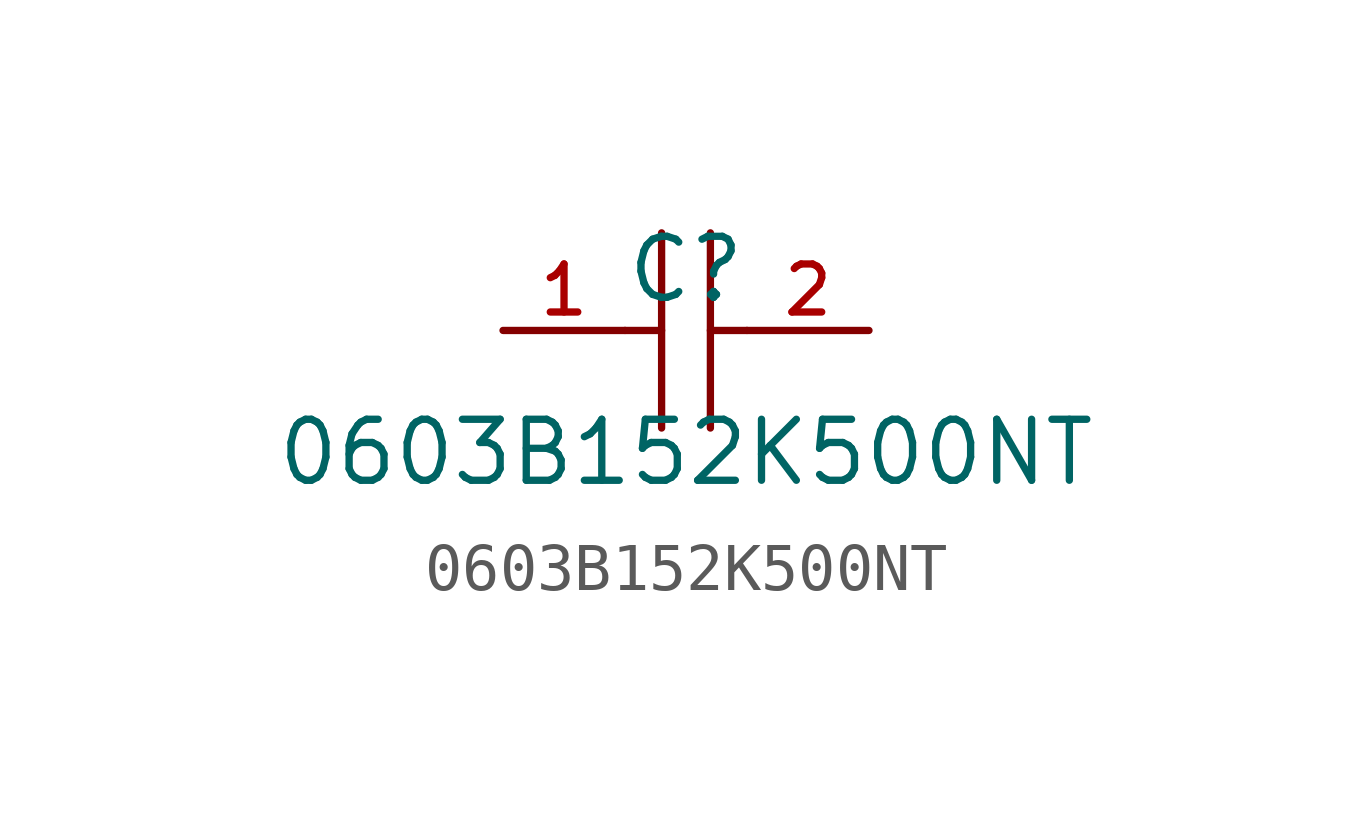
<source format=kicad_sym>
(kicad_symbol_lib
  (version 20210201)
  (generator TousstNicolas/JLC2KiCad_lib)
  (symbol "0603B152K500NT"
    (pin_names hide)
    (property "Reference" "C"
      (at 0 1.27 0)
      (effects (font (size 1.27 1.27))))
    (property "Value" "0603B152K500NT"
      (at 0 -2.54 0)
      (effects (font (size 1.27 1.27))))
    (symbol "0603B152K500NT_0_1"
      (polyline (pts (xy -0.508 2.032) (xy -0.508 -2.032)) (stroke (width 0) (type default) (color 0 0 0 0)) (fill (type none)))
      (polyline (pts (xy 0.508 2.032) (xy 0.508 -2.032)) (stroke (width 0) (type default) (color 0 0 0 0)) (fill (type none)))
      (pin input line (at -3.81 -0.0 0) (length 2.54) (name "1" (effects (font (size 1 1)))) (number "1" (effects (font (size 1 1)))))
      (pin input line (at 3.81 -0.0 180) (length 2.54) (name "2" (effects (font (size 1 1)))) (number "2" (effects (font (size 1 1)))))
      (polyline (pts (xy -1.27 -0.0) (xy -0.508 -0.0)) (stroke (width 0) (type default) (color 0 0 0 0)) (fill (type none)))
      (polyline (pts (xy 0.508 -0.0) (xy 1.27 -0.0)) (stroke (width 0) (type default) (color 0 0 0 0)) (fill (type none))))))
</source>
